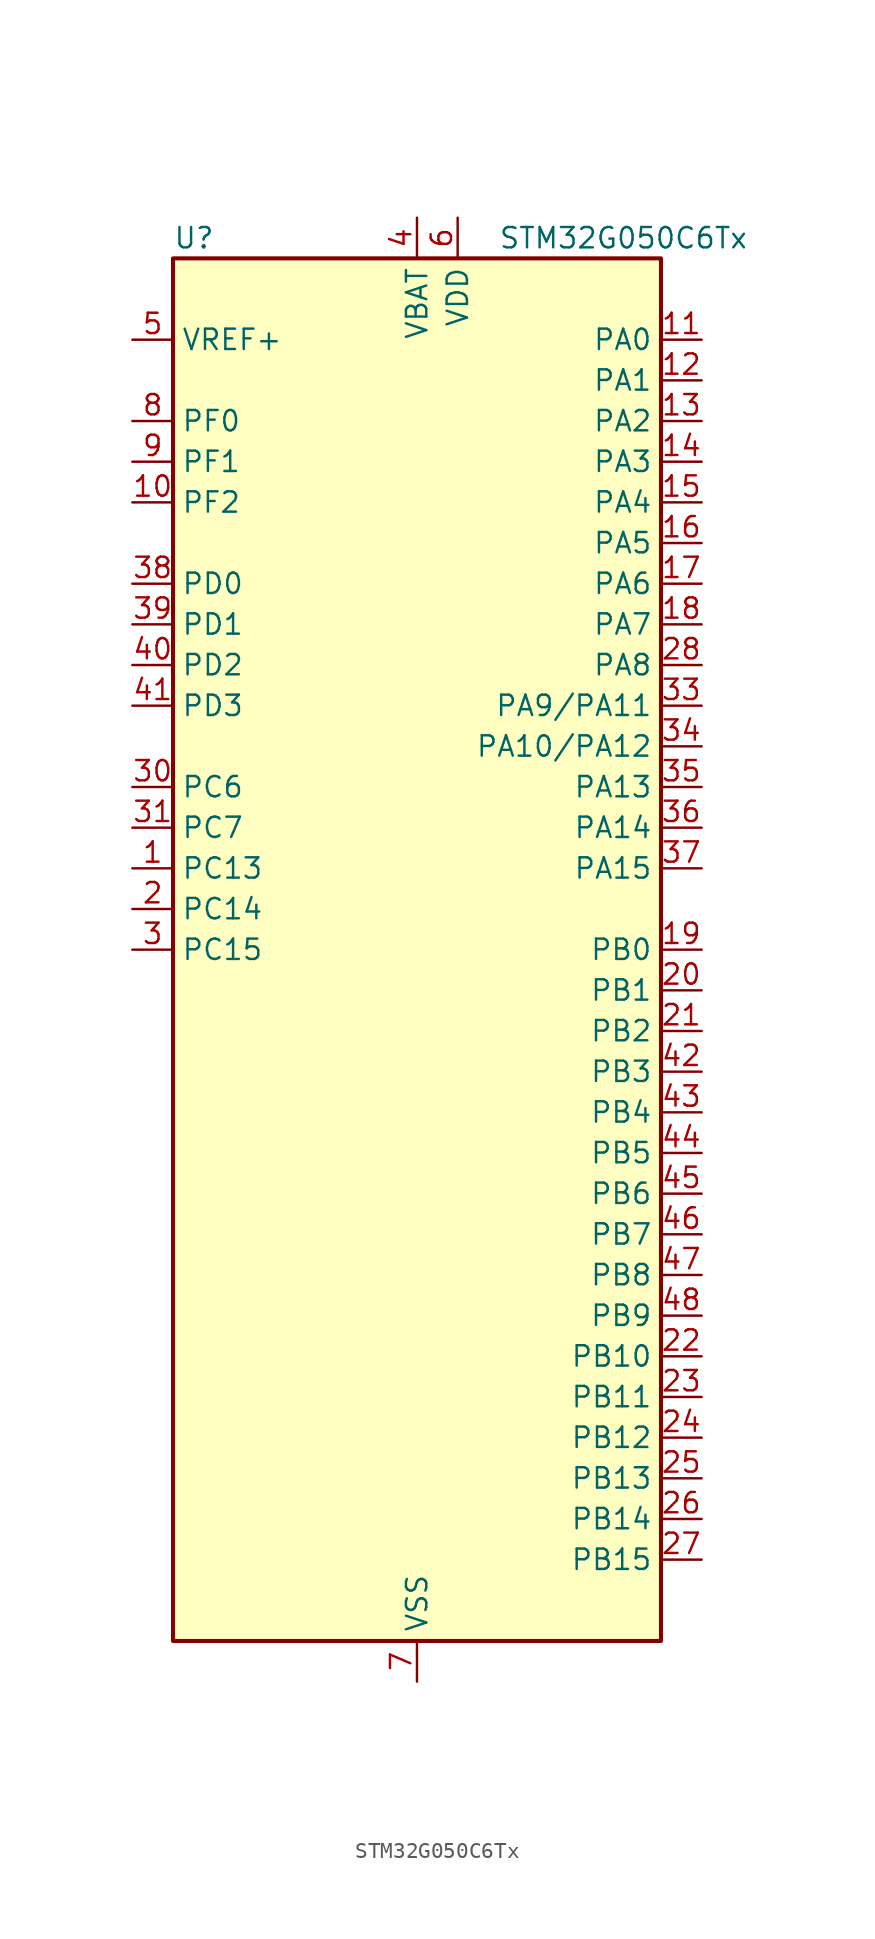
<source format=kicad_sym>
(kicad_symbol_lib
  (version 20241209)
  (generator "kicad_symbol_editor")
  (generator_version "9.0")
  (symbol "STM32G050C6Tx"
    (property "Reference" "U"
      (at -15.24 44.45 0)
      (effects (font (size 1.27 1.27)) (justify left)))
    (property "Value" "STM32G050C6Tx"
      (at 5.08 44.45 0)
      (effects (font (size 1.27 1.27)) (justify left)))
    (symbol "STM32G050C6Tx_0_1"
      (rectangle (start -15.24 -43.18) (end 15.24 43.18) (stroke (width 0.254) (type default)) (fill (type background))))
    (symbol "STM32G050C6Tx_1_1"
      (pin input line (at -17.78 38.1 0) (length 2.54) (name "VREF+" (effects (font (size 1.27 1.27)))) (number "5" (effects (font (size 1.27 1.27)))) (alternate "VREFBUF_OUT" bidirectional line))
      (pin bidirectional line (at -17.78 33.02 0) (length 2.54) (name "PF0" (effects (font (size 1.27 1.27)))) (number "8" (effects (font (size 1.27 1.27)))) (alternate "RCC_OSC_IN" bidirectional line) (alternate "TIM14_CH1" bidirectional line))
      (pin bidirectional line (at -17.78 30.48 0) (length 2.54) (name "PF1" (effects (font (size 1.27 1.27)))) (number "9" (effects (font (size 1.27 1.27)))) (alternate "RCC_OSC_EN" bidirectional line) (alternate "RCC_OSC_OUT" bidirectional line) (alternate "TIM15_CH1N" bidirectional line))
      (pin bidirectional line (at -17.78 27.94 0) (length 2.54) (name "PF2" (effects (font (size 1.27 1.27)))) (number "10" (effects (font (size 1.27 1.27)))) (alternate "RCC_MCO" bidirectional line))
      (pin bidirectional line (at -17.78 22.86 0) (length 2.54) (name "PD0" (effects (font (size 1.27 1.27)))) (number "38" (effects (font (size 1.27 1.27)))) (alternate "SPI2_NSS" bidirectional line) (alternate "TIM16_CH1" bidirectional line))
      (pin bidirectional line (at -17.78 20.32 0) (length 2.54) (name "PD1" (effects (font (size 1.27 1.27)))) (number "39" (effects (font (size 1.27 1.27)))) (alternate "SPI2_SCK" bidirectional line) (alternate "TIM17_CH1" bidirectional line))
      (pin bidirectional line (at -17.78 17.78 0) (length 2.54) (name "PD2" (effects (font (size 1.27 1.27)))) (number "40" (effects (font (size 1.27 1.27)))) (alternate "TIM1_CH1N" bidirectional line) (alternate "TIM3_ETR" bidirectional line))
      (pin bidirectional line (at -17.78 15.24 0) (length 2.54) (name "PD3" (effects (font (size 1.27 1.27)))) (number "41" (effects (font (size 1.27 1.27)))) (alternate "SPI2_MISO" bidirectional line) (alternate "TIM1_CH2N" bidirectional line) (alternate "USART2_CTS" bidirectional line) (alternate "USART2_NSS" bidirectional line))
      (pin bidirectional line (at -17.78 10.16 0) (length 2.54) (name "PC6" (effects (font (size 1.27 1.27)))) (number "30" (effects (font (size 1.27 1.27)))) (alternate "TIM3_CH1" bidirectional line))
      (pin bidirectional line (at -17.78 7.62 0) (length 2.54) (name "PC7" (effects (font (size 1.27 1.27)))) (number "31" (effects (font (size 1.27 1.27)))) (alternate "TIM3_CH2" bidirectional line))
      (pin bidirectional line (at -17.78 5.08 0) (length 2.54) (name "PC13" (effects (font (size 1.27 1.27)))) (number "1" (effects (font (size 1.27 1.27)))) (alternate "RTC_OUT1" bidirectional line) (alternate "RTC_TAMP_IN1" bidirectional line) (alternate "RTC_TS" bidirectional line) (alternate "SYS_WKUP2" bidirectional line) (alternate "TIM1_BK" bidirectional line))
      (pin bidirectional line (at -17.78 2.54 0) (length 2.54) (name "PC14" (effects (font (size 1.27 1.27)))) (number "2" (effects (font (size 1.27 1.27)))) (alternate "RCC_OSC32_IN" bidirectional line) (alternate "TIM1_BK2" bidirectional line))
      (pin bidirectional line (at -17.78 0 0) (length 2.54) (name "PC15" (effects (font (size 1.27 1.27)))) (number "3" (effects (font (size 1.27 1.27)))) (alternate "RCC_OSC32_EN" bidirectional line) (alternate "RCC_OSC32_OUT" bidirectional line) (alternate "RCC_OSC_EN" bidirectional line) (alternate "TIM15_BK" bidirectional line))
      (pin no_connect line (at -15.24 -40.64 0) (length 2.54) (hide yes) (name "NC/PA10" (effects (font (size 1.27 1.27)))) (number "32" (effects (font (size 1.27 1.27)))) (alternate "I2C1_SDA (PA10)" bidirectional line) (alternate "NC" bidirectional line) (alternate "PA10" bidirectional line) (alternate "SPI2_MOSI (PA10)" bidirectional line) (alternate "TIM17_BK (PA10)" bidirectional line) (alternate "TIM1_CH3 (PA10)" bidirectional line) (alternate "USART1_RX (PA10)" bidirectional line))
      (pin no_connect line (at -15.24 -43.18 0) (length 2.54) (hide yes) (name "NC/PA9" (effects (font (size 1.27 1.27)))) (number "29" (effects (font (size 1.27 1.27)))) (alternate "I2C1_SCL (PA9)" bidirectional line) (alternate "NC" bidirectional line) (alternate "PA9" bidirectional line) (alternate "RCC_MCO (PA9)" bidirectional line) (alternate "SPI2_MISO (PA9)" bidirectional line) (alternate "TIM15_BK (PA9)" bidirectional line) (alternate "TIM1_CH2 (PA9)" bidirectional line) (alternate "USART1_TX (PA9)" bidirectional line))
      (pin power_in line (at 0 45.72 270) (length 2.54) (name "VBAT" (effects (font (size 1.27 1.27)))) (number "4" (effects (font (size 1.27 1.27)))))
      (pin power_in line (at 0 -45.72 90) (length 2.54) (name "VSS" (effects (font (size 1.27 1.27)))) (number "7" (effects (font (size 1.27 1.27)))))
      (pin power_in line (at 2.54 45.72 270) (length 2.54) (name "VDD" (effects (font (size 1.27 1.27)))) (number "6" (effects (font (size 1.27 1.27)))))
      (pin bidirectional line (at 17.78 38.1 180) (length 2.54) (name "PA0" (effects (font (size 1.27 1.27)))) (number "11" (effects (font (size 1.27 1.27)))) (alternate "ADC1_IN0" bidirectional line) (alternate "RTC_TAMP_IN2" bidirectional line) (alternate "SPI2_SCK" bidirectional line) (alternate "SYS_WKUP1" bidirectional line) (alternate "USART2_CTS" bidirectional line) (alternate "USART2_NSS" bidirectional line))
      (pin bidirectional line (at 17.78 35.56 180) (length 2.54) (name "PA1" (effects (font (size 1.27 1.27)))) (number "12" (effects (font (size 1.27 1.27)))) (alternate "ADC1_IN1" bidirectional line) (alternate "I2C1_SMBA" bidirectional line) (alternate "I2S1_CK" bidirectional line) (alternate "SPI1_SCK" bidirectional line) (alternate "TIM15_CH1N" bidirectional line) (alternate "USART2_CK" bidirectional line) (alternate "USART2_DE" bidirectional line) (alternate "USART2_RTS" bidirectional line))
      (pin bidirectional line (at 17.78 33.02 180) (length 2.54) (name "PA2" (effects (font (size 1.27 1.27)))) (number "13" (effects (font (size 1.27 1.27)))) (alternate "ADC1_IN2" bidirectional line) (alternate "I2S1_SD" bidirectional line) (alternate "RCC_LSCO" bidirectional line) (alternate "SPI1_MOSI" bidirectional line) (alternate "SYS_WKUP4" bidirectional line) (alternate "TIM15_CH1" bidirectional line) (alternate "USART2_TX" bidirectional line))
      (pin bidirectional line (at 17.78 30.48 180) (length 2.54) (name "PA3" (effects (font (size 1.27 1.27)))) (number "14" (effects (font (size 1.27 1.27)))) (alternate "ADC1_IN3" bidirectional line) (alternate "SPI2_MISO" bidirectional line) (alternate "TIM15_CH2" bidirectional line) (alternate "USART2_RX" bidirectional line))
      (pin bidirectional line (at 17.78 27.94 180) (length 2.54) (name "PA4" (effects (font (size 1.27 1.27)))) (number "15" (effects (font (size 1.27 1.27)))) (alternate "ADC1_IN4" bidirectional line) (alternate "I2S1_WS" bidirectional line) (alternate "RTC_OUT2" bidirectional line) (alternate "SPI1_NSS" bidirectional line) (alternate "SPI2_MOSI" bidirectional line) (alternate "TIM14_CH1" bidirectional line))
      (pin bidirectional line (at 17.78 25.4 180) (length 2.54) (name "PA5" (effects (font (size 1.27 1.27)))) (number "16" (effects (font (size 1.27 1.27)))) (alternate "ADC1_IN5" bidirectional line) (alternate "I2S1_CK" bidirectional line) (alternate "SPI1_SCK" bidirectional line))
      (pin bidirectional line (at 17.78 22.86 180) (length 2.54) (name "PA6" (effects (font (size 1.27 1.27)))) (number "17" (effects (font (size 1.27 1.27)))) (alternate "ADC1_IN6" bidirectional line) (alternate "I2S1_MCK" bidirectional line) (alternate "SPI1_MISO" bidirectional line) (alternate "TIM16_CH1" bidirectional line) (alternate "TIM1_BK" bidirectional line) (alternate "TIM3_CH1" bidirectional line))
      (pin bidirectional line (at 17.78 20.32 180) (length 2.54) (name "PA7" (effects (font (size 1.27 1.27)))) (number "18" (effects (font (size 1.27 1.27)))) (alternate "ADC1_IN7" bidirectional line) (alternate "I2S1_SD" bidirectional line) (alternate "SPI1_MOSI" bidirectional line) (alternate "TIM14_CH1" bidirectional line) (alternate "TIM17_CH1" bidirectional line) (alternate "TIM1_CH1N" bidirectional line) (alternate "TIM3_CH2" bidirectional line))
      (pin bidirectional line (at 17.78 17.78 180) (length 2.54) (name "PA8" (effects (font (size 1.27 1.27)))) (number "28" (effects (font (size 1.27 1.27)))) (alternate "RCC_MCO" bidirectional line) (alternate "SPI2_NSS" bidirectional line) (alternate "TIM1_CH1" bidirectional line))
      (pin bidirectional line (at 17.78 15.24 180) (length 2.54) (name "PA9/PA11" (effects (font (size 1.27 1.27)))) (number "33" (effects (font (size 1.27 1.27)))) (alternate "ADC1_EXTI11 (PA11)" bidirectional line) (alternate "I2C1_SCL (PA9)" bidirectional line) (alternate "I2C2_SCL (PA11)" bidirectional line) (alternate "I2S1_MCK (PA11)" bidirectional line) (alternate "PA11" bidirectional line) (alternate "PA9" bidirectional line) (alternate "RCC_MCO (PA9)" bidirectional line) (alternate "SPI1_MISO (PA11)" bidirectional line) (alternate "SPI2_MISO (PA9)" bidirectional line) (alternate "TIM15_BK (PA9)" bidirectional line) (alternate "TIM1_BK2 (PA11)" bidirectional line) (alternate "TIM1_CH2 (PA9)" bidirectional line) (alternate "TIM1_CH4 (PA11)" bidirectional line) (alternate "USART1_CTS (PA11)" bidirectional line) (alternate "USART1_NSS (PA11)" bidirectional line) (alternate "USART1_TX (PA9)" bidirectional line))
      (pin bidirectional line (at 17.78 12.7 180) (length 2.54) (name "PA10/PA12" (effects (font (size 1.27 1.27)))) (number "34" (effects (font (size 1.27 1.27)))) (alternate "I2C1_SDA (PA10)" bidirectional line) (alternate "I2C2_SDA (PA12)" bidirectional line) (alternate "I2S1_SD (PA12)" bidirectional line) (alternate "I2S_CKIN (PA12)" bidirectional line) (alternate "PA10" bidirectional line) (alternate "PA12" bidirectional line) (alternate "SPI1_MOSI (PA12)" bidirectional line) (alternate "SPI2_MOSI (PA10)" bidirectional line) (alternate "TIM17_BK (PA10)" bidirectional line) (alternate "TIM1_CH3 (PA10)" bidirectional line) (alternate "TIM1_ETR (PA12)" bidirectional line) (alternate "USART1_CK (PA12)" bidirectional line) (alternate "USART1_DE (PA12)" bidirectional line) (alternate "USART1_RTS (PA12)" bidirectional line) (alternate "USART1_RX (PA10)" bidirectional line))
      (pin bidirectional line (at 17.78 10.16 180) (length 2.54) (name "PA13" (effects (font (size 1.27 1.27)))) (number "35" (effects (font (size 1.27 1.27)))) (alternate "ADC1_IN17" bidirectional line) (alternate "IR_OUT" bidirectional line) (alternate "SYS_SWDIO" bidirectional line))
      (pin bidirectional line (at 17.78 7.62 180) (length 2.54) (name "PA14" (effects (font (size 1.27 1.27)))) (number "36" (effects (font (size 1.27 1.27)))) (alternate "ADC1_IN18" bidirectional line) (alternate "SYS_SWCLK" bidirectional line) (alternate "USART2_TX" bidirectional line))
      (pin bidirectional line (at 17.78 5.08 180) (length 2.54) (name "PA15" (effects (font (size 1.27 1.27)))) (number "37" (effects (font (size 1.27 1.27)))) (alternate "I2S1_WS" bidirectional line) (alternate "SPI1_NSS" bidirectional line) (alternate "USART2_RX" bidirectional line))
      (pin bidirectional line (at 17.78 0 180) (length 2.54) (name "PB0" (effects (font (size 1.27 1.27)))) (number "19" (effects (font (size 1.27 1.27)))) (alternate "ADC1_IN8" bidirectional line) (alternate "I2S1_WS" bidirectional line) (alternate "SPI1_NSS" bidirectional line) (alternate "TIM1_CH2N" bidirectional line) (alternate "TIM3_CH3" bidirectional line))
      (pin bidirectional line (at 17.78 -2.54 180) (length 2.54) (name "PB1" (effects (font (size 1.27 1.27)))) (number "20" (effects (font (size 1.27 1.27)))) (alternate "ADC1_IN9" bidirectional line) (alternate "TIM14_CH1" bidirectional line) (alternate "TIM1_CH3N" bidirectional line) (alternate "TIM3_CH4" bidirectional line))
      (pin bidirectional line (at 17.78 -5.08 180) (length 2.54) (name "PB2" (effects (font (size 1.27 1.27)))) (number "21" (effects (font (size 1.27 1.27)))) (alternate "ADC1_IN10" bidirectional line) (alternate "SPI2_MISO" bidirectional line))
      (pin bidirectional line (at 17.78 -7.62 180) (length 2.54) (name "PB3" (effects (font (size 1.27 1.27)))) (number "42" (effects (font (size 1.27 1.27)))) (alternate "I2S1_CK" bidirectional line) (alternate "SPI1_SCK" bidirectional line) (alternate "TIM1_CH2" bidirectional line) (alternate "USART1_CK" bidirectional line) (alternate "USART1_DE" bidirectional line) (alternate "USART1_RTS" bidirectional line))
      (pin bidirectional line (at 17.78 -10.16 180) (length 2.54) (name "PB4" (effects (font (size 1.27 1.27)))) (number "43" (effects (font (size 1.27 1.27)))) (alternate "I2S1_MCK" bidirectional line) (alternate "SPI1_MISO" bidirectional line) (alternate "TIM17_BK" bidirectional line) (alternate "TIM3_CH1" bidirectional line) (alternate "USART1_CTS" bidirectional line) (alternate "USART1_NSS" bidirectional line))
      (pin bidirectional line (at 17.78 -12.7 180) (length 2.54) (name "PB5" (effects (font (size 1.27 1.27)))) (number "44" (effects (font (size 1.27 1.27)))) (alternate "I2C1_SMBA" bidirectional line) (alternate "I2S1_SD" bidirectional line) (alternate "SPI1_MOSI" bidirectional line) (alternate "SYS_WKUP6" bidirectional line) (alternate "TIM16_BK" bidirectional line) (alternate "TIM3_CH2" bidirectional line))
      (pin bidirectional line (at 17.78 -15.24 180) (length 2.54) (name "PB6" (effects (font (size 1.27 1.27)))) (number "45" (effects (font (size 1.27 1.27)))) (alternate "I2C1_SCL" bidirectional line) (alternate "SPI2_MISO" bidirectional line) (alternate "TIM16_CH1N" bidirectional line) (alternate "TIM1_CH3" bidirectional line) (alternate "USART1_TX" bidirectional line))
      (pin bidirectional line (at 17.78 -17.78 180) (length 2.54) (name "PB7" (effects (font (size 1.27 1.27)))) (number "46" (effects (font (size 1.27 1.27)))) (alternate "I2C1_SDA" bidirectional line) (alternate "SPI2_MOSI" bidirectional line) (alternate "SYS_PVD_IN" bidirectional line) (alternate "TIM17_CH1N" bidirectional line) (alternate "USART1_RX" bidirectional line))
      (pin bidirectional line (at 17.78 -20.32 180) (length 2.54) (name "PB8" (effects (font (size 1.27 1.27)))) (number "47" (effects (font (size 1.27 1.27)))) (alternate "I2C1_SCL" bidirectional line) (alternate "SPI2_SCK" bidirectional line) (alternate "TIM15_BK" bidirectional line) (alternate "TIM16_CH1" bidirectional line))
      (pin bidirectional line (at 17.78 -22.86 180) (length 2.54) (name "PB9" (effects (font (size 1.27 1.27)))) (number "48" (effects (font (size 1.27 1.27)))) (alternate "I2C1_SDA" bidirectional line) (alternate "IR_OUT" bidirectional line) (alternate "SPI2_NSS" bidirectional line) (alternate "TIM17_CH1" bidirectional line))
      (pin bidirectional line (at 17.78 -25.4 180) (length 2.54) (name "PB10" (effects (font (size 1.27 1.27)))) (number "22" (effects (font (size 1.27 1.27)))) (alternate "ADC1_IN11" bidirectional line) (alternate "I2C2_SCL" bidirectional line) (alternate "SPI2_SCK" bidirectional line))
      (pin bidirectional line (at 17.78 -27.94 180) (length 2.54) (name "PB11" (effects (font (size 1.27 1.27)))) (number "23" (effects (font (size 1.27 1.27)))) (alternate "ADC1_EXTI11" bidirectional line) (alternate "ADC1_IN15" bidirectional line) (alternate "I2C2_SDA" bidirectional line) (alternate "SPI2_MOSI" bidirectional line))
      (pin bidirectional line (at 17.78 -30.48 180) (length 2.54) (name "PB12" (effects (font (size 1.27 1.27)))) (number "24" (effects (font (size 1.27 1.27)))) (alternate "ADC1_IN16" bidirectional line) (alternate "SPI2_NSS" bidirectional line) (alternate "TIM15_BK" bidirectional line) (alternate "TIM1_BK" bidirectional line))
      (pin bidirectional line (at 17.78 -33.02 180) (length 2.54) (name "PB13" (effects (font (size 1.27 1.27)))) (number "25" (effects (font (size 1.27 1.27)))) (alternate "I2C2_SCL" bidirectional line) (alternate "SPI2_SCK" bidirectional line) (alternate "TIM15_CH1N" bidirectional line) (alternate "TIM1_CH1N" bidirectional line))
      (pin bidirectional line (at 17.78 -35.56 180) (length 2.54) (name "PB14" (effects (font (size 1.27 1.27)))) (number "26" (effects (font (size 1.27 1.27)))) (alternate "I2C2_SDA" bidirectional line) (alternate "SPI2_MISO" bidirectional line) (alternate "TIM15_CH1" bidirectional line) (alternate "TIM1_CH2N" bidirectional line))
      (pin bidirectional line (at 17.78 -38.1 180) (length 2.54) (name "PB15" (effects (font (size 1.27 1.27)))) (number "27" (effects (font (size 1.27 1.27)))) (alternate "RTC_REFIN" bidirectional line) (alternate "SPI2_MOSI" bidirectional line) (alternate "TIM15_CH1N" bidirectional line) (alternate "TIM15_CH2" bidirectional line) (alternate "TIM1_CH3N" bidirectional line)))))
</source>
